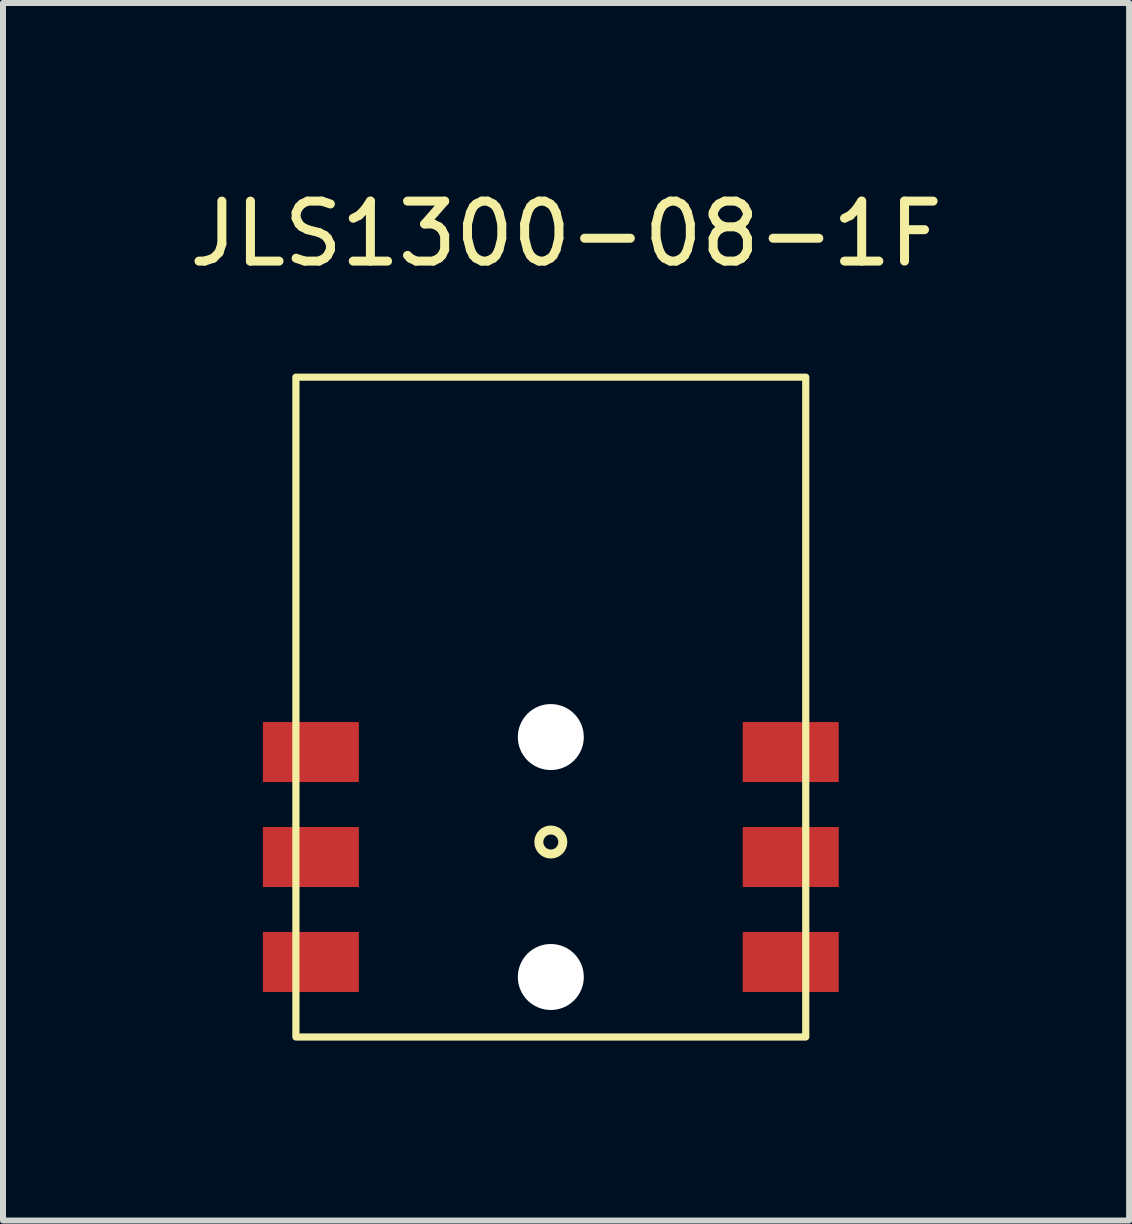
<source format=kicad_pcb>
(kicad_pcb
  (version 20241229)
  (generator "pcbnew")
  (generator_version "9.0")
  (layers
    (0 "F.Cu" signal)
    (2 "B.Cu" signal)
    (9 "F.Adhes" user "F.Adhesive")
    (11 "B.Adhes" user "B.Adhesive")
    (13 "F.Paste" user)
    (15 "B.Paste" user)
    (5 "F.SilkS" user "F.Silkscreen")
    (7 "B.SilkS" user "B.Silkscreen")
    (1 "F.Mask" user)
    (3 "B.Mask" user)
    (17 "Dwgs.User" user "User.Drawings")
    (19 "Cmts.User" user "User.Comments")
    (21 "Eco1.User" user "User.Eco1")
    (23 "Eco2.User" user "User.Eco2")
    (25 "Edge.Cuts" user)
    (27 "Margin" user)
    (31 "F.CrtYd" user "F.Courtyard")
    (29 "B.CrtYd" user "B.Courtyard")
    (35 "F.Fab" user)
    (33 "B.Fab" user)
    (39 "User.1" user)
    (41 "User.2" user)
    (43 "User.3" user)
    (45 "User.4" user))
  (footprint "JLS1300-08-1F"
    (layer "F.Cu")
    (at 6.133 11.238)
    (property "Reference" "JLS1300-08-1F" (at 0.254 -10.39 0) (unlocked yes) (layer "F.SilkS") (effects (font (size 1 1) (thickness 0.15))))
    (attr through_hole)
    (fp_rect (start -4.25 -8) (end 4.25 3) (stroke (width 0.12) (type default)) (fill no) (layer "F.SilkS"))
    (fp_circle (center 0 -0.25) (end 0.2 -0.25) (stroke (width 0.15) (type default)) (fill no) (layer "F.SilkS"))
    (pad "" np_thru_hole circle (at 0 -2) (size 1.1 1.1) (drill 1.1) (layers "*.Cu" "*.Mask"))
    (pad "" np_thru_hole circle (at 0 2) (size 1.1 1.1) (drill 1.1) (layers "*.Cu" "*.Mask"))
    (pad "1" smd rect (at -4 -1.75) (size 1.6 1) (layers "F.Cu" "F.Mask" "F.Paste"))
    (pad "2" smd rect (at -4 0) (size 1.6 1) (layers "F.Cu" "F.Mask" "F.Paste"))
    (pad "3" smd rect (at -4 1.75) (size 1.6 1) (layers "F.Cu" "F.Mask" "F.Paste"))
    (pad "4" smd rect (at 4 -1.75) (size 1.6 1) (layers "F.Cu" "F.Mask" "F.Paste"))
    (pad "5" smd rect (at 4 0) (size 1.6 1) (layers "F.Cu" "F.Mask" "F.Paste"))
    (pad "6" smd rect (at 4 1.75) (size 1.6 1) (layers "F.Cu" "F.Mask" "F.Paste")))
  (gr_rect
    (start -3 -3)
    (end 15.774 17.298)
    (stroke (width 0.1) (type default))
    (fill no)
    (layer "Edge.Cuts")))
</source>
